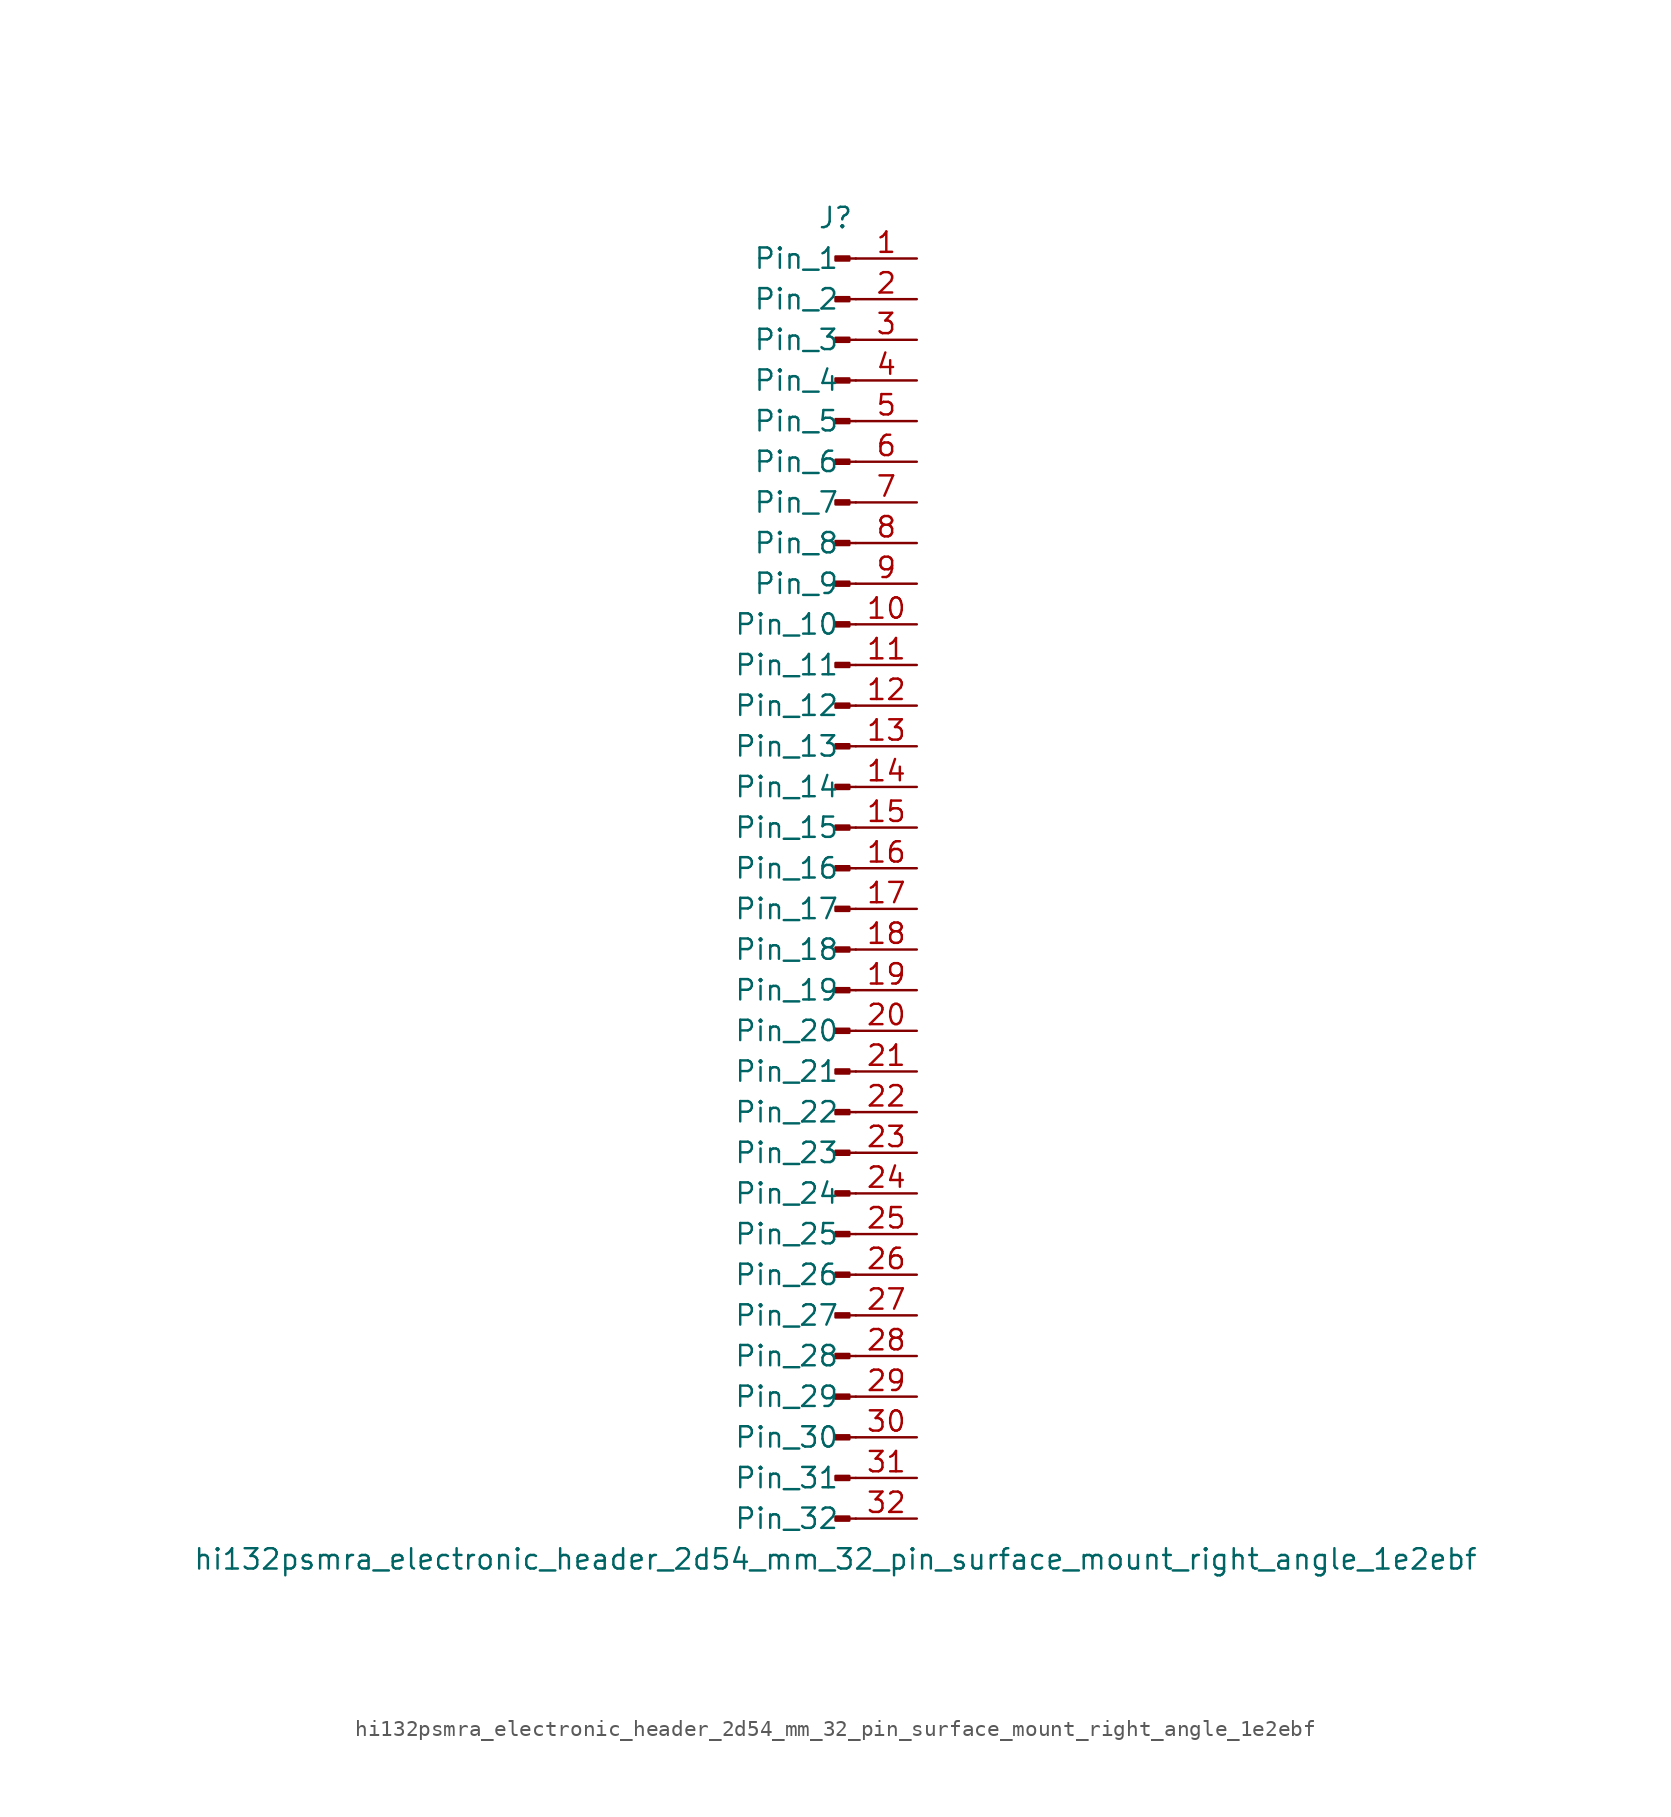
<source format=kicad_sym>
(kicad_symbol_lib
  (version 20220914)
  (generator kicad_symbol_editor)
  (symbol "hi132psmra_electronic_header_2d54_mm_32_pin_surface_mount_right_angle_1e2ebf"
    (pin_names
      (offset 1.016))
    (property "Reference" "J"
      (at 0 40.64 0)
      (effects (font (size 1.27 1.27))))
    (property "Value" "hi132psmra_electronic_header_2d54_mm_32_pin_surface_mount_right_angle_1e2ebf"
      (at 0 -43.18 0)
      (effects (font (size 1.27 1.27))))
    (property "ki_locked" ""
      (at 0 0 0)
      (effects (font (size 1.27 1.27))))
    (symbol "hi132psmra_electronic_header_2d54_mm_32_pin_surface_mount_right_angle_1e2ebf_1_1"
      (polyline (pts (xy 1.27 -40.64) (xy 0.864 -40.64)) (stroke (width 0.152) (type default)) (fill (type none)))
      (polyline (pts (xy 1.27 -38.1) (xy 0.864 -38.1)) (stroke (width 0.152) (type default)) (fill (type none)))
      (polyline (pts (xy 1.27 -35.56) (xy 0.864 -35.56)) (stroke (width 0.152) (type default)) (fill (type none)))
      (polyline (pts (xy 1.27 -33.02) (xy 0.864 -33.02)) (stroke (width 0.152) (type default)) (fill (type none)))
      (polyline (pts (xy 1.27 -30.48) (xy 0.864 -30.48)) (stroke (width 0.152) (type default)) (fill (type none)))
      (polyline (pts (xy 1.27 -27.94) (xy 0.864 -27.94)) (stroke (width 0.152) (type default)) (fill (type none)))
      (polyline (pts (xy 1.27 -25.4) (xy 0.864 -25.4)) (stroke (width 0.152) (type default)) (fill (type none)))
      (polyline (pts (xy 1.27 -22.86) (xy 0.864 -22.86)) (stroke (width 0.152) (type default)) (fill (type none)))
      (polyline (pts (xy 1.27 -20.32) (xy 0.864 -20.32)) (stroke (width 0.152) (type default)) (fill (type none)))
      (polyline (pts (xy 1.27 -17.78) (xy 0.864 -17.78)) (stroke (width 0.152) (type default)) (fill (type none)))
      (polyline (pts (xy 1.27 -15.24) (xy 0.864 -15.24)) (stroke (width 0.152) (type default)) (fill (type none)))
      (polyline (pts (xy 1.27 -12.7) (xy 0.864 -12.7)) (stroke (width 0.152) (type default)) (fill (type none)))
      (polyline (pts (xy 1.27 -10.16) (xy 0.864 -10.16)) (stroke (width 0.152) (type default)) (fill (type none)))
      (polyline (pts (xy 1.27 -7.62) (xy 0.864 -7.62)) (stroke (width 0.152) (type default)) (fill (type none)))
      (polyline (pts (xy 1.27 -5.08) (xy 0.864 -5.08)) (stroke (width 0.152) (type default)) (fill (type none)))
      (polyline (pts (xy 1.27 -2.54) (xy 0.864 -2.54)) (stroke (width 0.152) (type default)) (fill (type none)))
      (polyline (pts (xy 1.27 0) (xy 0.864 0)) (stroke (width 0.152) (type default)) (fill (type none)))
      (polyline (pts (xy 1.27 2.54) (xy 0.864 2.54)) (stroke (width 0.152) (type default)) (fill (type none)))
      (polyline (pts (xy 1.27 5.08) (xy 0.864 5.08)) (stroke (width 0.152) (type default)) (fill (type none)))
      (polyline (pts (xy 1.27 7.62) (xy 0.864 7.62)) (stroke (width 0.152) (type default)) (fill (type none)))
      (polyline (pts (xy 1.27 10.16) (xy 0.864 10.16)) (stroke (width 0.152) (type default)) (fill (type none)))
      (polyline (pts (xy 1.27 12.7) (xy 0.864 12.7)) (stroke (width 0.152) (type default)) (fill (type none)))
      (polyline (pts (xy 1.27 15.24) (xy 0.864 15.24)) (stroke (width 0.152) (type default)) (fill (type none)))
      (polyline (pts (xy 1.27 17.78) (xy 0.864 17.78)) (stroke (width 0.152) (type default)) (fill (type none)))
      (polyline (pts (xy 1.27 20.32) (xy 0.864 20.32)) (stroke (width 0.152) (type default)) (fill (type none)))
      (polyline (pts (xy 1.27 22.86) (xy 0.864 22.86)) (stroke (width 0.152) (type default)) (fill (type none)))
      (polyline (pts (xy 1.27 25.4) (xy 0.864 25.4)) (stroke (width 0.152) (type default)) (fill (type none)))
      (polyline (pts (xy 1.27 27.94) (xy 0.864 27.94)) (stroke (width 0.152) (type default)) (fill (type none)))
      (polyline (pts (xy 1.27 30.48) (xy 0.864 30.48)) (stroke (width 0.152) (type default)) (fill (type none)))
      (polyline (pts (xy 1.27 33.02) (xy 0.864 33.02)) (stroke (width 0.152) (type default)) (fill (type none)))
      (polyline (pts (xy 1.27 35.56) (xy 0.864 35.56)) (stroke (width 0.152) (type default)) (fill (type none)))
      (polyline (pts (xy 1.27 38.1) (xy 0.864 38.1)) (stroke (width 0.152) (type default)) (fill (type none)))
      (rectangle (start 0.864 -40.513) (end 0 -40.767) (stroke (width 0.152) (type default)) (fill (type outline)))
      (rectangle (start 0.864 -37.973) (end 0 -38.227) (stroke (width 0.152) (type default)) (fill (type outline)))
      (rectangle (start 0.864 -35.433) (end 0 -35.687) (stroke (width 0.152) (type default)) (fill (type outline)))
      (rectangle (start 0.864 -32.893) (end 0 -33.147) (stroke (width 0.152) (type default)) (fill (type outline)))
      (rectangle (start 0.864 -30.353) (end 0 -30.607) (stroke (width 0.152) (type default)) (fill (type outline)))
      (rectangle (start 0.864 -27.813) (end 0 -28.067) (stroke (width 0.152) (type default)) (fill (type outline)))
      (rectangle (start 0.864 -25.273) (end 0 -25.527) (stroke (width 0.152) (type default)) (fill (type outline)))
      (rectangle (start 0.864 -22.733) (end 0 -22.987) (stroke (width 0.152) (type default)) (fill (type outline)))
      (rectangle (start 0.864 -20.193) (end 0 -20.447) (stroke (width 0.152) (type default)) (fill (type outline)))
      (rectangle (start 0.864 -17.653) (end 0 -17.907) (stroke (width 0.152) (type default)) (fill (type outline)))
      (rectangle (start 0.864 -15.113) (end 0 -15.367) (stroke (width 0.152) (type default)) (fill (type outline)))
      (rectangle (start 0.864 -12.573) (end 0 -12.827) (stroke (width 0.152) (type default)) (fill (type outline)))
      (rectangle (start 0.864 -10.033) (end 0 -10.287) (stroke (width 0.152) (type default)) (fill (type outline)))
      (rectangle (start 0.864 -7.493) (end 0 -7.747) (stroke (width 0.152) (type default)) (fill (type outline)))
      (rectangle (start 0.864 -4.953) (end 0 -5.207) (stroke (width 0.152) (type default)) (fill (type outline)))
      (rectangle (start 0.864 -2.413) (end 0 -2.667) (stroke (width 0.152) (type default)) (fill (type outline)))
      (rectangle (start 0.864 0.127) (end 0 -0.127) (stroke (width 0.152) (type default)) (fill (type outline)))
      (rectangle (start 0.864 2.667) (end 0 2.413) (stroke (width 0.152) (type default)) (fill (type outline)))
      (rectangle (start 0.864 5.207) (end 0 4.953) (stroke (width 0.152) (type default)) (fill (type outline)))
      (rectangle (start 0.864 7.747) (end 0 7.493) (stroke (width 0.152) (type default)) (fill (type outline)))
      (rectangle (start 0.864 10.287) (end 0 10.033) (stroke (width 0.152) (type default)) (fill (type outline)))
      (rectangle (start 0.864 12.827) (end 0 12.573) (stroke (width 0.152) (type default)) (fill (type outline)))
      (rectangle (start 0.864 15.367) (end 0 15.113) (stroke (width 0.152) (type default)) (fill (type outline)))
      (rectangle (start 0.864 17.907) (end 0 17.653) (stroke (width 0.152) (type default)) (fill (type outline)))
      (rectangle (start 0.864 20.447) (end 0 20.193) (stroke (width 0.152) (type default)) (fill (type outline)))
      (rectangle (start 0.864 22.987) (end 0 22.733) (stroke (width 0.152) (type default)) (fill (type outline)))
      (rectangle (start 0.864 25.527) (end 0 25.273) (stroke (width 0.152) (type default)) (fill (type outline)))
      (rectangle (start 0.864 28.067) (end 0 27.813) (stroke (width 0.152) (type default)) (fill (type outline)))
      (rectangle (start 0.864 30.607) (end 0 30.353) (stroke (width 0.152) (type default)) (fill (type outline)))
      (rectangle (start 0.864 33.147) (end 0 32.893) (stroke (width 0.152) (type default)) (fill (type outline)))
      (rectangle (start 0.864 35.687) (end 0 35.433) (stroke (width 0.152) (type default)) (fill (type outline)))
      (rectangle (start 0.864 38.227) (end 0 37.973) (stroke (width 0.152) (type default)) (fill (type outline)))
      (pin passive line (at 5.08 38.1 180) (length 3.81) (name "Pin_1" (effects (font (size 1.27 1.27)))) (number "1" (effects (font (size 1.27 1.27)))))
      (pin passive line (at 5.08 15.24 180) (length 3.81) (name "Pin_10" (effects (font (size 1.27 1.27)))) (number "10" (effects (font (size 1.27 1.27)))))
      (pin passive line (at 5.08 12.7 180) (length 3.81) (name "Pin_11" (effects (font (size 1.27 1.27)))) (number "11" (effects (font (size 1.27 1.27)))))
      (pin passive line (at 5.08 10.16 180) (length 3.81) (name "Pin_12" (effects (font (size 1.27 1.27)))) (number "12" (effects (font (size 1.27 1.27)))))
      (pin passive line (at 5.08 7.62 180) (length 3.81) (name "Pin_13" (effects (font (size 1.27 1.27)))) (number "13" (effects (font (size 1.27 1.27)))))
      (pin passive line (at 5.08 5.08 180) (length 3.81) (name "Pin_14" (effects (font (size 1.27 1.27)))) (number "14" (effects (font (size 1.27 1.27)))))
      (pin passive line (at 5.08 2.54 180) (length 3.81) (name "Pin_15" (effects (font (size 1.27 1.27)))) (number "15" (effects (font (size 1.27 1.27)))))
      (pin passive line (at 5.08 0 180) (length 3.81) (name "Pin_16" (effects (font (size 1.27 1.27)))) (number "16" (effects (font (size 1.27 1.27)))))
      (pin passive line (at 5.08 -2.54 180) (length 3.81) (name "Pin_17" (effects (font (size 1.27 1.27)))) (number "17" (effects (font (size 1.27 1.27)))))
      (pin passive line (at 5.08 -5.08 180) (length 3.81) (name "Pin_18" (effects (font (size 1.27 1.27)))) (number "18" (effects (font (size 1.27 1.27)))))
      (pin passive line (at 5.08 -7.62 180) (length 3.81) (name "Pin_19" (effects (font (size 1.27 1.27)))) (number "19" (effects (font (size 1.27 1.27)))))
      (pin passive line (at 5.08 35.56 180) (length 3.81) (name "Pin_2" (effects (font (size 1.27 1.27)))) (number "2" (effects (font (size 1.27 1.27)))))
      (pin passive line (at 5.08 -10.16 180) (length 3.81) (name "Pin_20" (effects (font (size 1.27 1.27)))) (number "20" (effects (font (size 1.27 1.27)))))
      (pin passive line (at 5.08 -12.7 180) (length 3.81) (name "Pin_21" (effects (font (size 1.27 1.27)))) (number "21" (effects (font (size 1.27 1.27)))))
      (pin passive line (at 5.08 -15.24 180) (length 3.81) (name "Pin_22" (effects (font (size 1.27 1.27)))) (number "22" (effects (font (size 1.27 1.27)))))
      (pin passive line (at 5.08 -17.78 180) (length 3.81) (name "Pin_23" (effects (font (size 1.27 1.27)))) (number "23" (effects (font (size 1.27 1.27)))))
      (pin passive line (at 5.08 -20.32 180) (length 3.81) (name "Pin_24" (effects (font (size 1.27 1.27)))) (number "24" (effects (font (size 1.27 1.27)))))
      (pin passive line (at 5.08 -22.86 180) (length 3.81) (name "Pin_25" (effects (font (size 1.27 1.27)))) (number "25" (effects (font (size 1.27 1.27)))))
      (pin passive line (at 5.08 -25.4 180) (length 3.81) (name "Pin_26" (effects (font (size 1.27 1.27)))) (number "26" (effects (font (size 1.27 1.27)))))
      (pin passive line (at 5.08 -27.94 180) (length 3.81) (name "Pin_27" (effects (font (size 1.27 1.27)))) (number "27" (effects (font (size 1.27 1.27)))))
      (pin passive line (at 5.08 -30.48 180) (length 3.81) (name "Pin_28" (effects (font (size 1.27 1.27)))) (number "28" (effects (font (size 1.27 1.27)))))
      (pin passive line (at 5.08 -33.02 180) (length 3.81) (name "Pin_29" (effects (font (size 1.27 1.27)))) (number "29" (effects (font (size 1.27 1.27)))))
      (pin passive line (at 5.08 33.02 180) (length 3.81) (name "Pin_3" (effects (font (size 1.27 1.27)))) (number "3" (effects (font (size 1.27 1.27)))))
      (pin passive line (at 5.08 -35.56 180) (length 3.81) (name "Pin_30" (effects (font (size 1.27 1.27)))) (number "30" (effects (font (size 1.27 1.27)))))
      (pin passive line (at 5.08 -38.1 180) (length 3.81) (name "Pin_31" (effects (font (size 1.27 1.27)))) (number "31" (effects (font (size 1.27 1.27)))))
      (pin passive line (at 5.08 -40.64 180) (length 3.81) (name "Pin_32" (effects (font (size 1.27 1.27)))) (number "32" (effects (font (size 1.27 1.27)))))
      (pin passive line (at 5.08 30.48 180) (length 3.81) (name "Pin_4" (effects (font (size 1.27 1.27)))) (number "4" (effects (font (size 1.27 1.27)))))
      (pin passive line (at 5.08 27.94 180) (length 3.81) (name "Pin_5" (effects (font (size 1.27 1.27)))) (number "5" (effects (font (size 1.27 1.27)))))
      (pin passive line (at 5.08 25.4 180) (length 3.81) (name "Pin_6" (effects (font (size 1.27 1.27)))) (number "6" (effects (font (size 1.27 1.27)))))
      (pin passive line (at 5.08 22.86 180) (length 3.81) (name "Pin_7" (effects (font (size 1.27 1.27)))) (number "7" (effects (font (size 1.27 1.27)))))
      (pin passive line (at 5.08 20.32 180) (length 3.81) (name "Pin_8" (effects (font (size 1.27 1.27)))) (number "8" (effects (font (size 1.27 1.27)))))
      (pin passive line (at 5.08 17.78 180) (length 3.81) (name "Pin_9" (effects (font (size 1.27 1.27)))) (number "9" (effects (font (size 1.27 1.27))))))))
</source>
